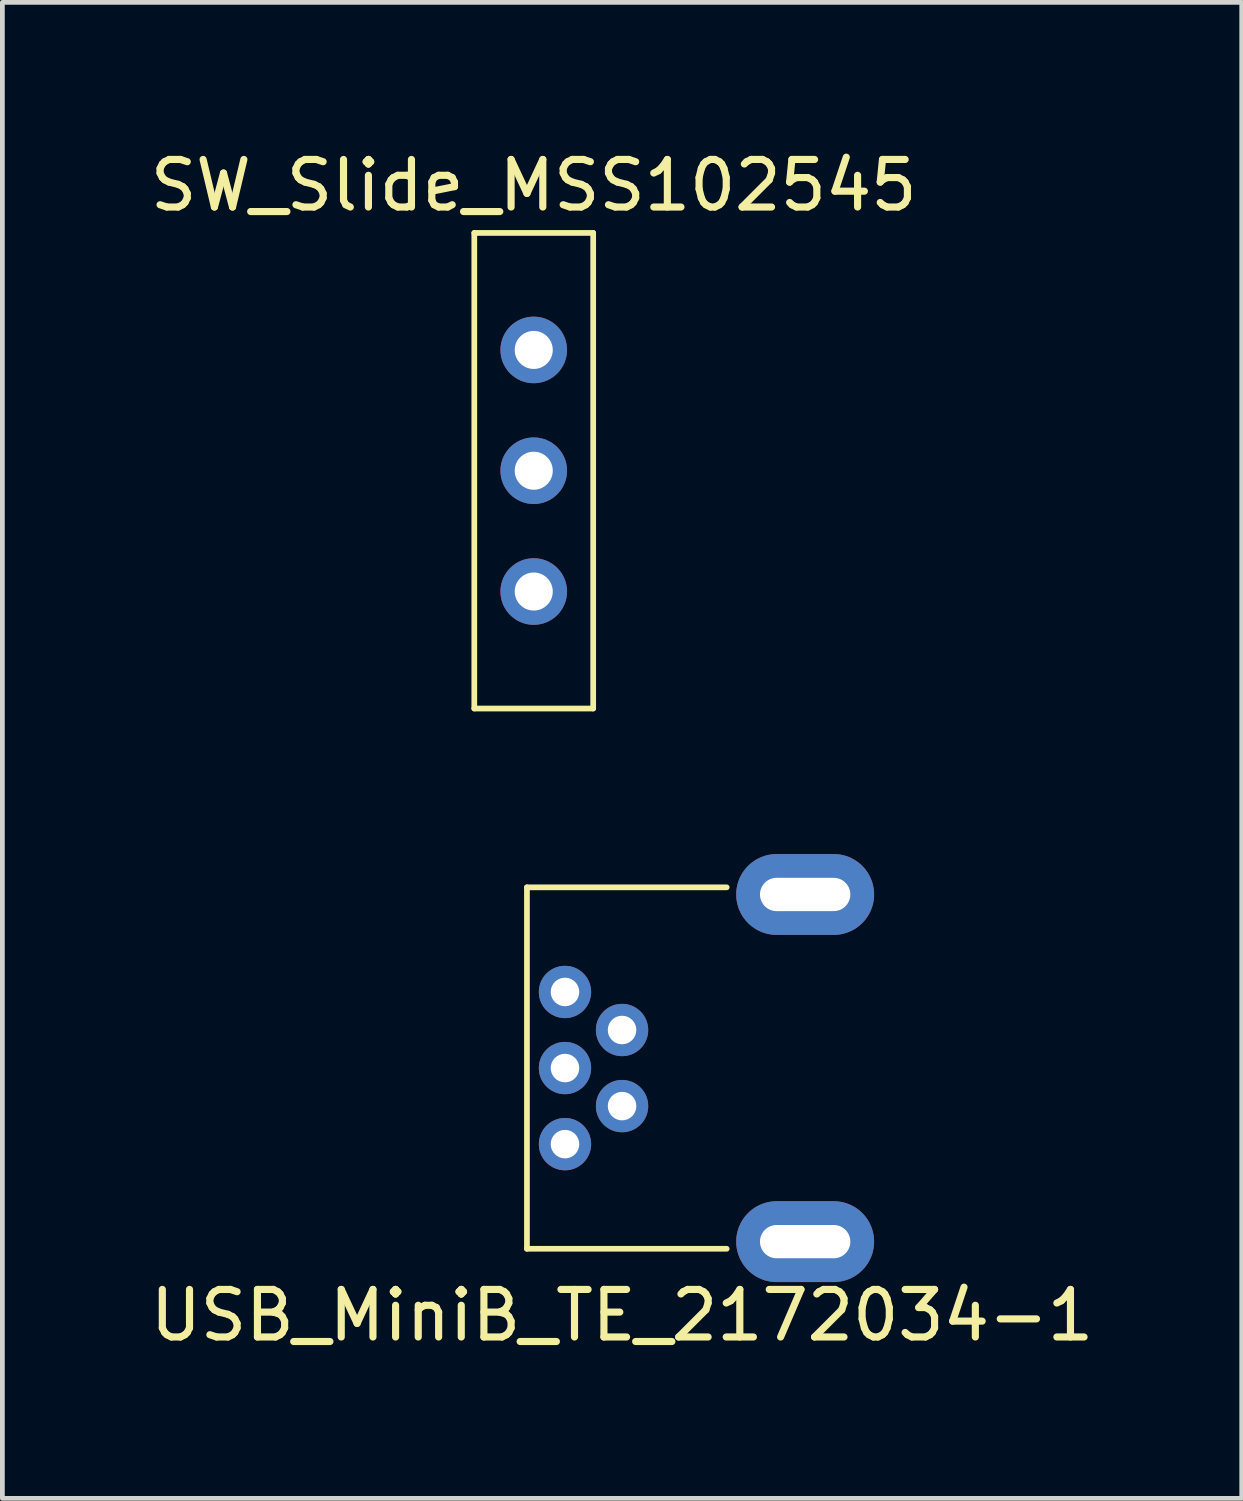
<source format=kicad_pcb>
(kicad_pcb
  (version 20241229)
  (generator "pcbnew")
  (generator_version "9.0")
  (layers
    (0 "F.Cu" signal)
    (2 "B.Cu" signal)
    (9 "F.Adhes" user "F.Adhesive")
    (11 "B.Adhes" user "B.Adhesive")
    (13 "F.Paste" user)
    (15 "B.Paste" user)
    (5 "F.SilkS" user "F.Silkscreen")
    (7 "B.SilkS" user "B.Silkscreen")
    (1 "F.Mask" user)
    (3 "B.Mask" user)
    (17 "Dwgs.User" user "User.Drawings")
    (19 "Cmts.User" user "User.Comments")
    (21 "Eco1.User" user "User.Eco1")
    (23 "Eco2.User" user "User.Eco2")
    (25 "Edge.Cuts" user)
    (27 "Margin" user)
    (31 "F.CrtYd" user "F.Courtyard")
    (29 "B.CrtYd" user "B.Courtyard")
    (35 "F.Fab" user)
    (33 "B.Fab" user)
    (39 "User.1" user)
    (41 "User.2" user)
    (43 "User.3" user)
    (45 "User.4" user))
  (footprint "SW_Slide_MSS102545"
    (layer "F.Cu")
    (at 8.173 6.848)
    (property "Reference" "SW_Slide_MSS102545" (at 0 -6 0) (layer "F.SilkS") (effects (font (size 1 1) (thickness 0.15))))
    (attr through_hole)
    (fp_line (start -1.25 -5) (end 1.25 -5) (stroke (width 0.12) (type solid)) (layer "F.SilkS"))
    (fp_line (start -1.25 5) (end -1.25 -5) (stroke (width 0.12) (type solid)) (layer "F.SilkS"))
    (fp_line (start 1.25 -5) (end 1.25 5) (stroke (width 0.12) (type solid)) (layer "F.SilkS"))
    (fp_line (start 1.25 5) (end -1.25 5) (stroke (width 0.12) (type solid)) (layer "F.SilkS"))
    (pad "1" thru_hole circle (at 0 2.54) (size 1.4 1.4) (drill 0.8) (layers "*.Cu" "*.Mask"))
    (pad "2" thru_hole circle (at 0 0) (size 1.4 1.4) (drill 0.8) (layers "*.Cu" "*.Mask"))
    (pad "3" thru_hole circle (at 0 -2.54) (size 1.4 1.4) (drill 0.8) (layers "*.Cu" "*.Mask")))
  (footprint "USB_MiniB_TE_2172034-1"
    (layer "F.Cu")
    (at 12.23 19.408)
    (property "Reference" "USB_MiniB_TE_2172034-1" (at -2.2 5.2 0) (layer "F.SilkS") (effects (font (size 1 1) (thickness 0.15))))
    (attr through_hole)
    (fp_line (start -4.2 -3.8) (end -4.2 3.8) (stroke (width 0.12) (type solid)) (layer "F.SilkS"))
    (fp_line (start -4.2 3.8) (end 0 3.8) (stroke (width 0.12) (type solid)) (layer "F.SilkS"))
    (fp_line (start 0 -3.8) (end -4.2 -3.8) (stroke (width 0.12) (type solid)) (layer "F.SilkS"))
    (pad "" thru_hole oval (at 1.65 -3.65) (size 2.9 1.7) (drill oval 1.9 0.7) (layers "*.Cu" "*.Mask"))
    (pad "1" thru_hole circle (at -3.4 1.6) (size 1.1 1.1) (drill 0.6) (layers "*.Cu" "*.Mask"))
    (pad "2" thru_hole circle (at -2.2 0.8) (size 1.1 1.1) (drill 0.6) (layers "*.Cu" "*.Mask"))
    (pad "3" thru_hole circle (at -3.4 0) (size 1.1 1.1) (drill 0.6) (layers "*.Cu" "*.Mask"))
    (pad "4" thru_hole circle (at -2.2 -0.8) (size 1.1 1.1) (drill 0.6) (layers "*.Cu" "*.Mask"))
    (pad "5" thru_hole circle (at -3.4 -1.6) (size 1.1 1.1) (drill 0.6) (layers "*.Cu" "*.Mask"))
    (pad "6" thru_hole oval (at 1.65 3.65) (size 2.9 1.7) (drill oval 1.9 0.7) (layers "*.Cu" "*.Mask")))
  (gr_rect
    (start -3 -3)
    (end 23.06 28.456)
    (stroke (width 0.1) (type default))
    (fill no)
    (layer "Edge.Cuts")))
</source>
